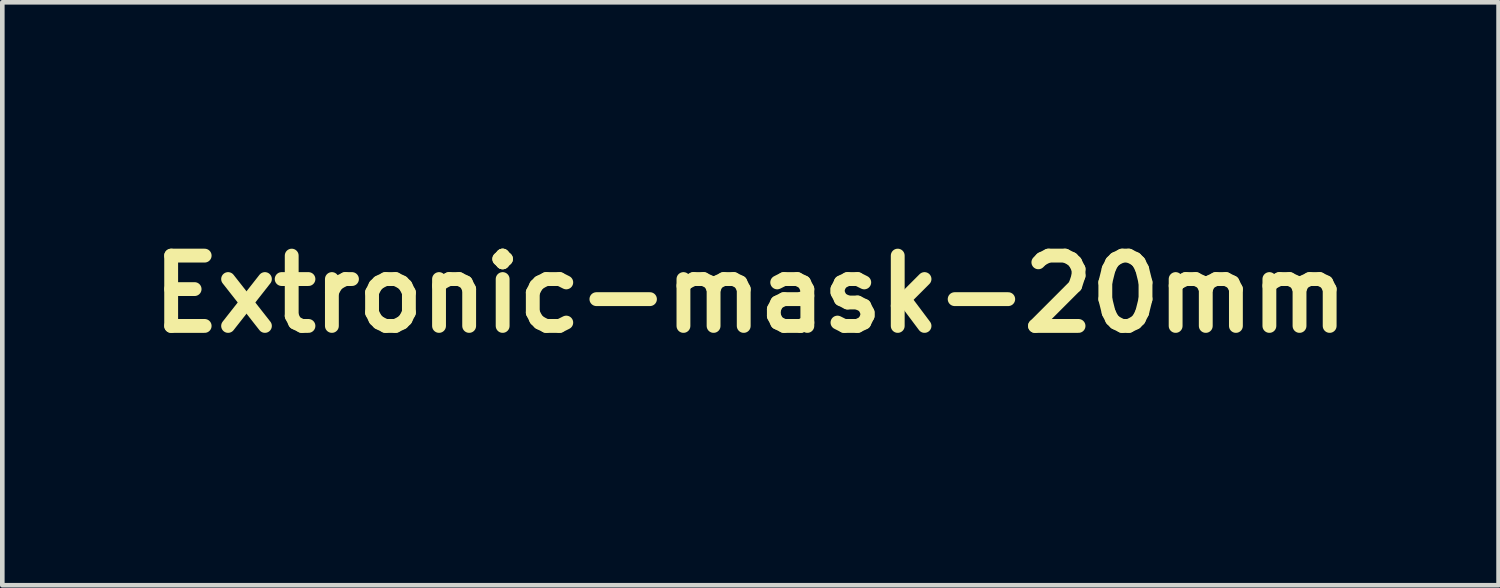
<source format=kicad_pcb>
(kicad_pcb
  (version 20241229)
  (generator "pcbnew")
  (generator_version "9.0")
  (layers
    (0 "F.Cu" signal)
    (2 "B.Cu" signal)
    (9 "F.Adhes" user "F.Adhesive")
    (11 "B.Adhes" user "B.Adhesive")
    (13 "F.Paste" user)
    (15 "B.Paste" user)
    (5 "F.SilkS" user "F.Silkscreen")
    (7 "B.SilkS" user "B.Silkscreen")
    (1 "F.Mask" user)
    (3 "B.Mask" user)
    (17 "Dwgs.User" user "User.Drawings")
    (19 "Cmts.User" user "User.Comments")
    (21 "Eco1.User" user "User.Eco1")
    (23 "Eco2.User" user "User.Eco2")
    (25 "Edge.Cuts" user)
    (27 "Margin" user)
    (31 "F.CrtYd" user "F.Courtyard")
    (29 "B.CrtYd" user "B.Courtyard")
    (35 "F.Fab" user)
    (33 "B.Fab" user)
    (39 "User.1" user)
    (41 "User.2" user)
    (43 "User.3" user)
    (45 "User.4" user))
  (footprint "Extronic-mask-20mm"
    (layer "F.Cu")
    (at 13.215 3.325)
    (property "Reference" "Extronic-mask-20mm" (at 0 0 0) (layer "F.SilkS") (effects (font (size 1.524 1.524) (thickness 0.3))))
    (attr board_only exclude_from_pos_files exclude_from_bom)
    (fp_poly (pts (xy 6.179 2.951) (xy 5.983 2.951) (xy 5.983 2.013) (xy 6.179 2.013)) (stroke (width 0) (type solid)) (fill yes) (layer "F.Mask"))
    (fp_poly (pts (xy 9.535 2.951) (xy 9.338 2.951) (xy 9.338 1.632) (xy 9.535 1.632)) (stroke (width 0) (type solid)) (fill yes) (layer "F.Mask"))
    (fp_poly (pts (xy 9.79 1.18) (xy -9.917 1.18) (xy -9.917 1.041) (xy 9.79 1.041)) (stroke (width 0) (type solid)) (fill yes) (layer "F.Mask"))
    (fp_poly (pts (xy 2.708 2.013) (xy 2.858 2.013) (xy 2.858 2.175) (xy 2.708 2.175) (xy 2.708 2.951) (xy 2.511 2.951) (xy 2.511 2.175) (xy 2.384 2.175) (xy 2.384 2.013) (xy 2.511 2.013) (xy 2.511 1.655) (xy 2.708 1.655)) (stroke (width 0) (type solid)) (fill yes) (layer "F.Mask"))
    (fp_poly (pts (xy -0.212 2.753) (xy -0.18 2.779) (xy -0.158 2.817) (xy -0.151 2.861) (xy -0.159 2.904) (xy -0.176 2.934) (xy -0.212 2.958) (xy -0.257 2.97) (xy -0.302 2.967) (xy -0.323 2.958) (xy -0.36 2.926) (xy -0.378 2.887) (xy -0.38 2.845) (xy -0.366 2.805) (xy -0.338 2.772) (xy -0.297 2.749) (xy -0.253 2.743)) (stroke (width 0) (type solid)) (fill yes) (layer "F.Mask"))
    (fp_poly (pts (xy 7.796 2.753) (xy 7.828 2.779) (xy 7.849 2.817) (xy 7.857 2.861) (xy 7.849 2.904) (xy 7.831 2.934) (xy 7.796 2.958) (xy 7.751 2.97) (xy 7.706 2.967) (xy 7.685 2.958) (xy 7.648 2.926) (xy 7.629 2.887) (xy 7.628 2.845) (xy 7.642 2.805) (xy 7.67 2.772) (xy 7.71 2.749) (xy 7.755 2.743)) (stroke (width 0) (type solid)) (fill yes) (layer "F.Mask"))
    (fp_poly (pts (xy 6.107 1.614) (xy 6.155 1.633) (xy 6.191 1.668) (xy 6.211 1.713) (xy 6.214 1.738) (xy 6.206 1.796) (xy 6.18 1.839) (xy 6.14 1.865) (xy 6.085 1.874) (xy 6.046 1.872) (xy 6.019 1.859) (xy 5.995 1.839) (xy 5.966 1.796) (xy 5.956 1.75) (xy 5.962 1.704) (xy 5.983 1.663) (xy 6.016 1.632) (xy 6.059 1.614)) (stroke (width 0) (type solid)) (fill yes) (layer "F.Mask"))
    (fp_poly (pts (xy 3.51 1.993) (xy 3.529 2.002) (xy 3.535 2.022) (xy 3.527 2.056) (xy 3.517 2.087) (xy 3.489 2.163) (xy 3.442 2.161) (xy 3.401 2.164) (xy 3.366 2.177) (xy 3.338 2.203) (xy 3.314 2.242) (xy 3.296 2.296) (xy 3.282 2.366) (xy 3.273 2.454) (xy 3.267 2.562) (xy 3.264 2.69) (xy 3.263 2.757) (xy 3.263 2.951) (xy 3.078 2.951) (xy 3.078 2.013) (xy 3.24 2.013) (xy 3.241 2.204) (xy 3.271 2.147) (xy 3.316 2.075) (xy 3.367 2.025) (xy 3.424 1.997) (xy 3.474 1.991)) (stroke (width 0) (type solid)) (fill yes) (layer "F.Mask"))
    (fp_poly (pts (xy 6.905 -1.944) (xy 6.989 -1.944) (xy 7.062 -1.943) (xy 7.122 -1.942) (xy 7.166 -1.942) (xy 7.192 -1.941) (xy 7.198 -1.94) (xy 7.194 -1.929) (xy 7.184 -1.897) (xy 7.167 -1.848) (xy 7.144 -1.781) (xy 7.117 -1.699) (xy 7.085 -1.605) (xy 7.048 -1.498) (xy 7.009 -1.382) (xy 6.967 -1.258) (xy 6.923 -1.127) (xy 6.877 -0.992) (xy 6.83 -0.853) (xy 6.782 -0.714) (xy 6.735 -0.575) (xy 6.689 -0.438) (xy 6.643 -0.306) (xy 6.6 -0.179) (xy 6.56 -0.059) (xy 6.522 0.051) (xy 6.488 0.151) (xy 6.458 0.238) (xy 6.434 0.31) (xy 6.428 0.328) (xy 6.362 0.521) (xy 5.591 0.521) (xy 5.743 0.072) (xy 5.774 -0.019) (xy 5.811 -0.129) (xy 5.854 -0.253) (xy 5.9 -0.39) (xy 5.95 -0.535) (xy 6.001 -0.686) (xy 6.053 -0.838) (xy 6.104 -0.989) (xy 6.153 -1.135) (xy 6.162 -1.16) (xy 6.428 -1.944) (xy 6.813 -1.944)) (stroke (width 0) (type solid)) (fill yes) (layer "F.Mask"))
    (fp_poly (pts (xy 5.516 2.007) (xy 5.536 2.014) (xy 5.594 2.045) (xy 5.647 2.09) (xy 5.688 2.143) (xy 5.706 2.183) (xy 5.711 2.21) (xy 5.715 2.258) (xy 5.719 2.328) (xy 5.722 2.419) (xy 5.724 2.533) (xy 5.725 2.589) (xy 5.73 2.951) (xy 5.533 2.951) (xy 5.529 2.635) (xy 5.527 2.538) (xy 5.525 2.461) (xy 5.523 2.401) (xy 5.52 2.356) (xy 5.517 2.323) (xy 5.512 2.299) (xy 5.507 2.282) (xy 5.505 2.278) (xy 5.47 2.226) (xy 5.422 2.189) (xy 5.366 2.17) (xy 5.306 2.17) (xy 5.248 2.187) (xy 5.197 2.224) (xy 5.166 2.259) (xy 5.138 2.3) (xy 5.134 2.308) (xy 5.126 2.324) (xy 5.12 2.34) (xy 5.116 2.361) (xy 5.112 2.389) (xy 5.11 2.427) (xy 5.108 2.478) (xy 5.107 2.546) (xy 5.106 2.634) (xy 5.105 2.653) (xy 5.102 2.951) (xy 4.906 2.951) (xy 4.906 2.013) (xy 5.103 2.013) (xy 5.103 2.071) (xy 5.104 2.104) (xy 5.107 2.125) (xy 5.109 2.129) (xy 5.121 2.123) (xy 5.146 2.106) (xy 5.178 2.082) (xy 5.263 2.029) (xy 5.347 1.999) (xy 5.432 1.992)) (stroke (width 0) (type solid)) (fill yes) (layer "F.Mask"))
    (fp_poly (pts (xy 7.262 -3.252) (xy 7.28 -3.227) (xy 7.307 -3.19) (xy 7.339 -3.142) (xy 7.374 -3.087) (xy 7.412 -3.03) (xy 7.449 -2.972) (xy 7.484 -2.917) (xy 7.514 -2.869) (xy 7.537 -2.831) (xy 7.551 -2.805) (xy 7.555 -2.796) (xy 7.545 -2.788) (xy 7.519 -2.768) (xy 7.479 -2.737) (xy 7.427 -2.698) (xy 7.365 -2.651) (xy 7.296 -2.599) (xy 7.25 -2.563) (xy 7.177 -2.508) (xy 7.109 -2.456) (xy 7.049 -2.411) (xy 7 -2.373) (xy 6.963 -2.345) (xy 6.94 -2.328) (xy 6.935 -2.324) (xy 6.921 -2.323) (xy 6.902 -2.343) (xy 6.893 -2.357) (xy 6.873 -2.389) (xy 6.845 -2.432) (xy 6.813 -2.483) (xy 6.779 -2.539) (xy 6.743 -2.597) (xy 6.709 -2.652) (xy 6.679 -2.702) (xy 6.654 -2.742) (xy 6.638 -2.77) (xy 6.631 -2.783) (xy 6.631 -2.783) (xy 6.639 -2.791) (xy 6.664 -2.811) (xy 6.702 -2.84) (xy 6.751 -2.878) (xy 6.807 -2.922) (xy 6.869 -2.97) (xy 6.934 -3.02) (xy 7 -3.07) (xy 7.063 -3.118) (xy 7.121 -3.162) (xy 7.172 -3.201) (xy 7.213 -3.231) (xy 7.241 -3.252) (xy 7.254 -3.261) (xy 7.254 -3.261)) (stroke (width 0) (type solid)) (fill yes) (layer "F.Mask"))
    (fp_poly (pts (xy 7.027 1.998) (xy 7.125 2.022) (xy 7.217 2.063) (xy 7.298 2.123) (xy 7.33 2.155) (xy 7.344 2.177) (xy 7.342 2.184) (xy 7.327 2.195) (xy 7.297 2.213) (xy 7.26 2.234) (xy 7.26 2.234) (xy 7.188 2.272) (xy 7.153 2.242) (xy 7.098 2.206) (xy 7.036 2.184) (xy 6.961 2.177) (xy 6.917 2.178) (xy 6.84 2.187) (xy 6.779 2.206) (xy 6.727 2.238) (xy 6.692 2.27) (xy 6.645 2.335) (xy 6.616 2.41) (xy 6.607 2.49) (xy 6.617 2.57) (xy 6.635 2.621) (xy 6.673 2.684) (xy 6.723 2.731) (xy 6.787 2.767) (xy 6.856 2.788) (xy 6.932 2.794) (xy 7.009 2.786) (xy 7.082 2.765) (xy 7.142 2.732) (xy 7.159 2.717) (xy 7.185 2.693) (xy 7.261 2.742) (xy 7.297 2.767) (xy 7.323 2.787) (xy 7.336 2.799) (xy 7.336 2.8) (xy 7.328 2.815) (xy 7.305 2.838) (xy 7.274 2.864) (xy 7.239 2.89) (xy 7.207 2.911) (xy 7.199 2.916) (xy 7.122 2.945) (xy 7.033 2.964) (xy 6.937 2.972) (xy 6.845 2.969) (xy 6.771 2.956) (xy 6.673 2.918) (xy 6.586 2.86) (xy 6.512 2.786) (xy 6.455 2.697) (xy 6.45 2.688) (xy 6.433 2.646) (xy 6.422 2.605) (xy 6.416 2.555) (xy 6.413 2.516) (xy 6.414 2.426) (xy 6.426 2.35) (xy 6.453 2.279) (xy 6.495 2.208) (xy 6.56 2.133) (xy 6.639 2.073) (xy 6.729 2.029) (xy 6.826 2.002) (xy 6.926 1.991)) (stroke (width 0) (type solid)) (fill yes) (layer "F.Mask"))
    (fp_poly (pts (xy 2.062 2.014) (xy 2.094 2.017) (xy 2.109 2.021) (xy 2.11 2.028) (xy 2.101 2.041) (xy 2.081 2.07) (xy 2.051 2.112) (xy 2.013 2.164) (xy 1.971 2.223) (xy 1.953 2.248) (xy 1.805 2.453) (xy 1.975 2.687) (xy 2.022 2.753) (xy 2.065 2.812) (xy 2.101 2.863) (xy 2.13 2.902) (xy 2.149 2.928) (xy 2.155 2.936) (xy 2.156 2.943) (xy 2.143 2.947) (xy 2.114 2.95) (xy 2.065 2.95) (xy 2.053 2.95) (xy 1.938 2.95) (xy 1.817 2.782) (xy 1.773 2.722) (xy 1.74 2.678) (xy 1.717 2.649) (xy 1.7 2.633) (xy 1.689 2.627) (xy 1.681 2.63) (xy 1.681 2.63) (xy 1.669 2.645) (xy 1.647 2.674) (xy 1.616 2.716) (xy 1.58 2.765) (xy 1.558 2.795) (xy 1.451 2.945) (xy 1.223 2.952) (xy 1.252 2.914) (xy 1.29 2.862) (xy 1.332 2.804) (xy 1.377 2.742) (xy 1.421 2.679) (xy 1.464 2.619) (xy 1.502 2.564) (xy 1.534 2.518) (xy 1.558 2.482) (xy 1.571 2.461) (xy 1.574 2.456) (xy 1.567 2.444) (xy 1.55 2.418) (xy 1.523 2.379) (xy 1.489 2.331) (xy 1.452 2.277) (xy 1.412 2.221) (xy 1.372 2.166) (xy 1.335 2.115) (xy 1.303 2.072) (xy 1.278 2.039) (xy 1.27 2.028) (xy 1.269 2.021) (xy 1.282 2.017) (xy 1.312 2.014) (xy 1.36 2.014) (xy 1.373 2.013) (xy 1.487 2.014) (xy 1.585 2.149) (xy 1.621 2.197) (xy 1.653 2.237) (xy 1.677 2.267) (xy 1.693 2.282) (xy 1.695 2.284) (xy 1.706 2.275) (xy 1.727 2.25) (xy 1.756 2.214) (xy 1.79 2.168) (xy 1.803 2.149) (xy 1.9 2.013) (xy 2.01 2.013)) (stroke (width 0) (type solid)) (fill yes) (layer "F.Mask"))
    (fp_poly (pts (xy 0.737 2.012) (xy 0.827 2.046) (xy 0.907 2.097) (xy 0.949 2.136) (xy 1.005 2.21) (xy 1.045 2.295) (xy 1.071 2.393) (xy 1.081 2.462) (xy 1.087 2.523) (xy 0.688 2.523) (xy 0.579 2.523) (xy 0.49 2.523) (xy 0.421 2.523) (xy 0.369 2.525) (xy 0.331 2.528) (xy 0.307 2.534) (xy 0.293 2.542) (xy 0.288 2.553) (xy 0.29 2.567) (xy 0.296 2.586) (xy 0.304 2.609) (xy 0.306 2.614) (xy 0.342 2.685) (xy 0.395 2.741) (xy 0.447 2.772) (xy 0.523 2.798) (xy 0.607 2.804) (xy 0.692 2.791) (xy 0.773 2.76) (xy 0.823 2.73) (xy 0.837 2.724) (xy 0.858 2.727) (xy 0.89 2.739) (xy 0.924 2.754) (xy 1.008 2.793) (xy 0.966 2.836) (xy 0.896 2.891) (xy 0.812 2.934) (xy 0.717 2.961) (xy 0.618 2.973) (xy 0.518 2.969) (xy 0.454 2.956) (xy 0.355 2.918) (xy 0.27 2.863) (xy 0.2 2.79) (xy 0.148 2.704) (xy 0.121 2.632) (xy 0.106 2.55) (xy 0.104 2.459) (xy 0.114 2.377) (xy 0.289 2.377) (xy 0.3 2.378) (xy 0.332 2.38) (xy 0.38 2.382) (xy 0.442 2.383) (xy 0.515 2.384) (xy 0.591 2.384) (xy 0.893 2.384) (xy 0.885 2.358) (xy 0.851 2.284) (xy 0.8 2.225) (xy 0.734 2.183) (xy 0.656 2.159) (xy 0.622 2.155) (xy 0.534 2.158) (xy 0.456 2.182) (xy 0.39 2.225) (xy 0.336 2.288) (xy 0.325 2.306) (xy 0.307 2.34) (xy 0.294 2.366) (xy 0.289 2.377) (xy 0.114 2.377) (xy 0.116 2.368) (xy 0.139 2.286) (xy 0.148 2.264) (xy 0.188 2.196) (xy 0.24 2.132) (xy 0.299 2.079) (xy 0.345 2.049) (xy 0.44 2.012) (xy 0.539 1.994) (xy 0.639 1.994)) (stroke (width 0) (type solid)) (fill yes) (layer "F.Mask"))
    (fp_poly (pts (xy 8.743 1.997) (xy 8.782 2.002) (xy 8.816 2.011) (xy 8.855 2.029) (xy 8.866 2.034) (xy 8.951 2.088) (xy 9.019 2.157) (xy 9.07 2.241) (xy 9.102 2.338) (xy 9.117 2.448) (xy 9.117 2.518) (xy 9.102 2.623) (xy 9.068 2.716) (xy 9.013 2.801) (xy 8.979 2.841) (xy 8.908 2.903) (xy 8.832 2.944) (xy 8.745 2.966) (xy 8.703 2.971) (xy 8.615 2.968) (xy 8.535 2.946) (xy 8.457 2.904) (xy 8.418 2.874) (xy 8.386 2.849) (xy 8.361 2.831) (xy 8.349 2.824) (xy 8.349 2.824) (xy 8.347 2.835) (xy 8.346 2.865) (xy 8.345 2.912) (xy 8.344 2.973) (xy 8.343 3.042) (xy 8.343 3.067) (xy 8.343 3.31) (xy 8.158 3.31) (xy 8.158 2.483) (xy 8.344 2.483) (xy 8.346 2.541) (xy 8.348 2.561) (xy 8.369 2.627) (xy 8.408 2.688) (xy 8.461 2.739) (xy 8.524 2.776) (xy 8.56 2.788) (xy 8.614 2.795) (xy 8.675 2.791) (xy 8.732 2.779) (xy 8.755 2.77) (xy 8.818 2.728) (xy 8.868 2.669) (xy 8.903 2.597) (xy 8.92 2.516) (xy 8.921 2.482) (xy 8.913 2.393) (xy 8.887 2.319) (xy 8.845 2.26) (xy 8.785 2.214) (xy 8.765 2.204) (xy 8.689 2.178) (xy 8.612 2.174) (xy 8.537 2.189) (xy 8.468 2.222) (xy 8.41 2.271) (xy 8.37 2.33) (xy 8.357 2.369) (xy 8.348 2.423) (xy 8.344 2.483) (xy 8.158 2.483) (xy 8.158 2.013) (xy 8.343 2.013) (xy 8.343 2.077) (xy 8.345 2.112) (xy 8.349 2.135) (xy 8.353 2.141) (xy 8.366 2.134) (xy 8.391 2.116) (xy 8.41 2.1) (xy 8.448 2.072) (xy 8.495 2.043) (xy 8.525 2.028) (xy 8.564 2.011) (xy 8.601 2.001) (xy 8.643 1.997) (xy 8.691 1.996)) (stroke (width 0) (type solid)) (fill yes) (layer "F.Mask"))
    (fp_poly (pts (xy 4.234 1.996) (xy 4.329 2.02) (xy 4.418 2.062) (xy 4.497 2.123) (xy 4.564 2.2) (xy 4.603 2.266) (xy 4.622 2.306) (xy 4.634 2.337) (xy 4.641 2.366) (xy 4.645 2.401) (xy 4.646 2.448) (xy 4.646 2.482) (xy 4.646 2.539) (xy 4.643 2.581) (xy 4.638 2.613) (xy 4.629 2.643) (xy 4.614 2.677) (xy 4.609 2.687) (xy 4.562 2.767) (xy 4.503 2.837) (xy 4.437 2.892) (xy 4.411 2.908) (xy 4.318 2.947) (xy 4.219 2.968) (xy 4.119 2.971) (xy 4.025 2.955) (xy 4.014 2.952) (xy 3.928 2.913) (xy 3.848 2.856) (xy 3.778 2.784) (xy 3.724 2.702) (xy 3.716 2.687) (xy 3.703 2.656) (xy 3.694 2.629) (xy 3.689 2.598) (xy 3.686 2.557) (xy 3.686 2.502) (xy 3.686 2.482) (xy 3.686 2.461) (xy 3.874 2.461) (xy 3.878 2.545) (xy 3.9 2.621) (xy 3.938 2.685) (xy 3.991 2.735) (xy 4.056 2.77) (xy 4.133 2.788) (xy 4.163 2.789) (xy 4.21 2.786) (xy 4.255 2.778) (xy 4.279 2.771) (xy 4.335 2.737) (xy 4.386 2.688) (xy 4.424 2.633) (xy 4.441 2.585) (xy 4.45 2.523) (xy 4.451 2.456) (xy 4.443 2.393) (xy 4.428 2.34) (xy 4.424 2.33) (xy 4.377 2.265) (xy 4.316 2.217) (xy 4.244 2.186) (xy 4.165 2.175) (xy 4.081 2.185) (xy 4.069 2.188) (xy 4.026 2.209) (xy 3.979 2.244) (xy 3.936 2.289) (xy 3.904 2.335) (xy 3.888 2.371) (xy 3.874 2.461) (xy 3.686 2.461) (xy 3.686 2.421) (xy 3.688 2.377) (xy 3.693 2.344) (xy 3.7 2.316) (xy 3.713 2.286) (xy 3.717 2.276) (xy 3.75 2.221) (xy 3.798 2.162) (xy 3.852 2.108) (xy 3.907 2.064) (xy 3.935 2.048) (xy 4.034 2.009) (xy 4.134 1.992)) (stroke (width 0) (type solid)) (fill yes) (layer "F.Mask"))
    (fp_poly (pts (xy -4.397 2.299) (xy -4.368 2.376) (xy -4.342 2.446) (xy -4.319 2.506) (xy -4.3 2.553) (xy -4.288 2.583) (xy -4.282 2.595) (xy -4.276 2.587) (xy -4.264 2.56) (xy -4.246 2.516) (xy -4.224 2.459) (xy -4.198 2.391) (xy -4.17 2.314) (xy -4.169 2.312) (xy -4.065 2.019) (xy -3.971 2.016) (xy -3.927 2.015) (xy -3.895 2.016) (xy -3.878 2.018) (xy -3.877 2.019) (xy -3.88 2.031) (xy -3.891 2.062) (xy -3.909 2.11) (xy -3.931 2.173) (xy -3.958 2.249) (xy -3.989 2.334) (xy -4.023 2.427) (xy -4.034 2.456) (xy -4.069 2.552) (xy -4.102 2.642) (xy -4.132 2.724) (xy -4.158 2.795) (xy -4.179 2.852) (xy -4.194 2.894) (xy -4.202 2.916) (xy -4.203 2.919) (xy -4.212 2.938) (xy -4.226 2.947) (xy -4.251 2.95) (xy -4.275 2.951) (xy -4.335 2.951) (xy -4.438 2.676) (xy -4.466 2.6) (xy -4.493 2.529) (xy -4.516 2.468) (xy -4.534 2.42) (xy -4.547 2.388) (xy -4.552 2.376) (xy -4.557 2.371) (xy -4.563 2.373) (xy -4.572 2.385) (xy -4.584 2.408) (xy -4.6 2.446) (xy -4.621 2.499) (xy -4.649 2.57) (xy -4.68 2.651) (xy -4.796 2.951) (xy -4.914 2.951) (xy -5.051 2.572) (xy -5.085 2.478) (xy -5.117 2.388) (xy -5.147 2.304) (xy -5.174 2.23) (xy -5.197 2.168) (xy -5.213 2.123) (xy -5.22 2.103) (xy -5.253 2.013) (xy -5.063 2.014) (xy -4.959 2.309) (xy -4.931 2.386) (xy -4.906 2.457) (xy -4.884 2.516) (xy -4.866 2.562) (xy -4.854 2.592) (xy -4.848 2.604) (xy -4.848 2.604) (xy -4.842 2.593) (xy -4.83 2.564) (xy -4.811 2.519) (xy -4.788 2.46) (xy -4.761 2.391) (xy -4.732 2.314) (xy -4.731 2.311) (xy -4.62 2.019) (xy -4.563 2.016) (xy -4.505 2.012)) (stroke (width 0) (type solid)) (fill yes) (layer "F.Mask"))
    (fp_poly (pts (xy -2.777 2.299) (xy -2.748 2.376) (xy -2.722 2.446) (xy -2.699 2.506) (xy -2.68 2.553) (xy -2.667 2.583) (xy -2.662 2.595) (xy -2.656 2.587) (xy -2.644 2.56) (xy -2.626 2.516) (xy -2.604 2.459) (xy -2.578 2.391) (xy -2.55 2.314) (xy -2.549 2.312) (xy -2.445 2.019) (xy -2.351 2.016) (xy -2.307 2.015) (xy -2.274 2.016) (xy -2.258 2.018) (xy -2.256 2.019) (xy -2.26 2.031) (xy -2.271 2.062) (xy -2.289 2.11) (xy -2.311 2.173) (xy -2.338 2.249) (xy -2.369 2.334) (xy -2.403 2.427) (xy -2.414 2.456) (xy -2.449 2.552) (xy -2.482 2.642) (xy -2.512 2.724) (xy -2.538 2.795) (xy -2.559 2.852) (xy -2.574 2.894) (xy -2.582 2.916) (xy -2.583 2.919) (xy -2.592 2.938) (xy -2.606 2.947) (xy -2.631 2.95) (xy -2.655 2.951) (xy -2.715 2.951) (xy -2.818 2.676) (xy -2.846 2.6) (xy -2.873 2.529) (xy -2.896 2.468) (xy -2.914 2.42) (xy -2.927 2.388) (xy -2.932 2.376) (xy -2.937 2.371) (xy -2.943 2.373) (xy -2.952 2.385) (xy -2.964 2.408) (xy -2.98 2.446) (xy -3.001 2.499) (xy -3.029 2.57) (xy -3.06 2.651) (xy -3.176 2.951) (xy -3.294 2.951) (xy -3.431 2.572) (xy -3.464 2.478) (xy -3.497 2.388) (xy -3.527 2.304) (xy -3.554 2.23) (xy -3.577 2.168) (xy -3.593 2.123) (xy -3.6 2.103) (xy -3.633 2.013) (xy -3.443 2.014) (xy -3.339 2.309) (xy -3.311 2.386) (xy -3.286 2.457) (xy -3.264 2.516) (xy -3.246 2.562) (xy -3.234 2.592) (xy -3.228 2.604) (xy -3.228 2.604) (xy -3.222 2.593) (xy -3.21 2.564) (xy -3.191 2.519) (xy -3.168 2.46) (xy -3.141 2.391) (xy -3.112 2.314) (xy -3.111 2.311) (xy -3 2.019) (xy -2.943 2.016) (xy -2.885 2.012)) (stroke (width 0) (type solid)) (fill yes) (layer "F.Mask"))
    (fp_poly (pts (xy -1.157 2.299) (xy -1.128 2.376) (xy -1.102 2.446) (xy -1.079 2.506) (xy -1.06 2.553) (xy -1.047 2.583) (xy -1.042 2.595) (xy -1.036 2.587) (xy -1.024 2.56) (xy -1.006 2.516) (xy -0.984 2.459) (xy -0.958 2.391) (xy -0.93 2.314) (xy -0.929 2.312) (xy -0.825 2.019) (xy -0.731 2.016) (xy -0.687 2.015) (xy -0.654 2.016) (xy -0.638 2.018) (xy -0.636 2.019) (xy -0.64 2.031) (xy -0.651 2.062) (xy -0.668 2.11) (xy -0.691 2.173) (xy -0.718 2.249) (xy -0.749 2.334) (xy -0.783 2.427) (xy -0.794 2.456) (xy -0.829 2.552) (xy -0.862 2.642) (xy -0.892 2.724) (xy -0.918 2.795) (xy -0.938 2.852) (xy -0.954 2.894) (xy -0.962 2.916) (xy -0.963 2.919) (xy -0.972 2.938) (xy -0.986 2.947) (xy -1.011 2.95) (xy -1.035 2.951) (xy -1.095 2.951) (xy -1.198 2.676) (xy -1.226 2.6) (xy -1.253 2.529) (xy -1.276 2.468) (xy -1.294 2.42) (xy -1.307 2.388) (xy -1.312 2.376) (xy -1.317 2.371) (xy -1.323 2.373) (xy -1.332 2.385) (xy -1.343 2.408) (xy -1.36 2.446) (xy -1.381 2.499) (xy -1.409 2.57) (xy -1.44 2.651) (xy -1.556 2.951) (xy -1.674 2.951) (xy -1.811 2.572) (xy -1.844 2.478) (xy -1.877 2.388) (xy -1.907 2.304) (xy -1.934 2.23) (xy -1.957 2.168) (xy -1.973 2.123) (xy -1.98 2.103) (xy -2.013 2.013) (xy -1.823 2.014) (xy -1.719 2.309) (xy -1.691 2.386) (xy -1.666 2.457) (xy -1.644 2.516) (xy -1.626 2.562) (xy -1.614 2.592) (xy -1.608 2.604) (xy -1.608 2.604) (xy -1.602 2.593) (xy -1.59 2.564) (xy -1.571 2.519) (xy -1.548 2.46) (xy -1.521 2.391) (xy -1.492 2.314) (xy -1.491 2.311) (xy -1.38 2.019) (xy -1.323 2.016) (xy -1.265 2.012)) (stroke (width 0) (type solid)) (fill yes) (layer "F.Mask"))
    (fp_poly (pts (xy 0.14 -1.988) (xy 0.216 -1.985) (xy 0.064 -1.658) (xy 0.027 -1.577) (xy -0.008 -1.503) (xy -0.038 -1.439) (xy -0.063 -1.386) (xy -0.082 -1.348) (xy -0.093 -1.328) (xy -0.094 -1.325) (xy -0.108 -1.324) (xy -0.14 -1.328) (xy -0.184 -1.335) (xy -0.228 -1.343) (xy -0.322 -1.359) (xy -0.413 -1.367) (xy -0.495 -1.368) (xy -0.563 -1.36) (xy -0.599 -1.35) (xy -0.632 -1.335) (xy -0.675 -1.311) (xy -0.73 -1.275) (xy -0.799 -1.227) (xy -0.801 -1.226) (xy -0.806 -1.214) (xy -0.817 -1.183) (xy -0.835 -1.134) (xy -0.858 -1.069) (xy -0.885 -0.99) (xy -0.917 -0.9) (xy -0.951 -0.799) (xy -0.989 -0.691) (xy -1.028 -0.577) (xy -1.069 -0.459) (xy -1.11 -0.339) (xy -1.151 -0.22) (xy -1.191 -0.103) (xy -1.23 0.01) (xy -1.266 0.116) (xy -1.299 0.215) (xy -1.329 0.303) (xy -1.355 0.378) (xy -1.375 0.439) (xy -1.39 0.484) (xy -1.398 0.511) (xy -1.4 0.517) (xy -1.411 0.518) (xy -1.443 0.519) (xy -1.492 0.519) (xy -1.557 0.52) (xy -1.634 0.52) (xy -1.72 0.521) (xy -1.787 0.521) (xy -2.174 0.521) (xy -2.021 0.072) (xy -1.99 -0.019) (xy -1.953 -0.129) (xy -1.911 -0.253) (xy -1.864 -0.39) (xy -1.815 -0.535) (xy -1.764 -0.686) (xy -1.712 -0.838) (xy -1.661 -0.989) (xy -1.611 -1.135) (xy -1.603 -1.16) (xy -1.337 -1.944) (xy -0.64 -1.944) (xy -0.667 -1.803) (xy -0.677 -1.749) (xy -0.684 -1.703) (xy -0.688 -1.671) (xy -0.688 -1.657) (xy -0.688 -1.656) (xy -0.677 -1.66) (xy -0.656 -1.677) (xy -0.633 -1.697) (xy -0.597 -1.73) (xy -0.551 -1.769) (xy -0.5 -1.81) (xy -0.451 -1.848) (xy -0.409 -1.878) (xy -0.391 -1.89) (xy -0.337 -1.916) (xy -0.264 -1.94) (xy -0.179 -1.96) (xy -0.087 -1.976) (xy 0.006 -1.986) (xy 0.097 -1.989)) (stroke (width 0) (type solid)) (fill yes) (layer "F.Mask"))
    (fp_poly (pts (xy 5.155 -1.982) (xy 5.258 -1.956) (xy 5.347 -1.915) (xy 5.42 -1.86) (xy 5.478 -1.79) (xy 5.509 -1.727) (xy 5.525 -1.667) (xy 5.534 -1.592) (xy 5.536 -1.51) (xy 5.53 -1.429) (xy 5.516 -1.358) (xy 5.51 -1.339) (xy 5.497 -1.3) (xy 5.479 -1.244) (xy 5.455 -1.172) (xy 5.426 -1.086) (xy 5.393 -0.988) (xy 5.357 -0.881) (xy 5.319 -0.766) (xy 5.278 -0.646) (xy 5.236 -0.522) (xy 5.194 -0.396) (xy 5.152 -0.271) (xy 5.111 -0.149) (xy 5.071 -0.032) (xy 5.033 0.079) (xy 4.998 0.181) (xy 4.967 0.273) (xy 4.94 0.351) (xy 4.918 0.415) (xy 4.902 0.462) (xy 4.895 0.483) (xy 4.881 0.521) (xy 4.112 0.521) (xy 4.221 0.2) (xy 4.293 -0.012) (xy 4.358 -0.203) (xy 4.416 -0.374) (xy 4.467 -0.527) (xy 4.513 -0.662) (xy 4.553 -0.781) (xy 4.587 -0.885) (xy 4.617 -0.975) (xy 4.642 -1.052) (xy 4.662 -1.118) (xy 4.678 -1.173) (xy 4.691 -1.218) (xy 4.701 -1.256) (xy 4.707 -1.286) (xy 4.711 -1.31) (xy 4.712 -1.329) (xy 4.712 -1.345) (xy 4.709 -1.358) (xy 4.706 -1.369) (xy 4.701 -1.381) (xy 4.698 -1.388) (xy 4.669 -1.43) (xy 4.623 -1.457) (xy 4.56 -1.471) (xy 4.483 -1.47) (xy 4.391 -1.455) (xy 4.286 -1.426) (xy 4.169 -1.383) (xy 4.073 -1.341) (xy 3.998 -1.307) (xy 3.802 -0.731) (xy 3.76 -0.607) (xy 3.716 -0.476) (xy 3.671 -0.345) (xy 3.627 -0.216) (xy 3.586 -0.094) (xy 3.548 0.017) (xy 3.515 0.114) (xy 3.492 0.182) (xy 3.376 0.521) (xy 2.605 0.521) (xy 2.758 0.072) (xy 2.789 -0.019) (xy 2.826 -0.129) (xy 2.868 -0.253) (xy 2.915 -0.39) (xy 2.964 -0.535) (xy 3.015 -0.686) (xy 3.067 -0.838) (xy 3.118 -0.989) (xy 3.168 -1.135) (xy 3.176 -1.16) (xy 3.443 -1.944) (xy 4.134 -1.944) (xy 4.127 -1.909) (xy 4.123 -1.881) (xy 4.118 -1.838) (xy 4.113 -1.789) (xy 4.112 -1.782) (xy 4.105 -1.69) (xy 4.23 -1.749) (xy 4.394 -1.822) (xy 4.55 -1.882) (xy 4.695 -1.93) (xy 4.829 -1.964) (xy 4.949 -1.985) (xy 5.041 -1.99)) (stroke (width 0) (type solid)) (fill yes) (layer "F.Mask"))
    (fp_poly (pts (xy 9.27 -1.98) (xy 9.496 -1.949) (xy 9.5 -1.948) (xy 9.548 -1.939) (xy 9.6 -1.929) (xy 9.652 -1.917) (xy 9.698 -1.907) (xy 9.732 -1.898) (xy 9.751 -1.893) (xy 9.752 -1.892) (xy 9.748 -1.882) (xy 9.733 -1.855) (xy 9.711 -1.814) (xy 9.682 -1.763) (xy 9.649 -1.704) (xy 9.614 -1.642) (xy 9.577 -1.578) (xy 9.542 -1.516) (xy 9.509 -1.46) (xy 9.482 -1.412) (xy 9.46 -1.376) (xy 9.447 -1.355) (xy 9.444 -1.351) (xy 9.431 -1.352) (xy 9.4 -1.36) (xy 9.357 -1.374) (xy 9.304 -1.394) (xy 9.29 -1.399) (xy 9.196 -1.435) (xy 9.118 -1.463) (xy 9.051 -1.484) (xy 8.991 -1.499) (xy 8.934 -1.51) (xy 8.882 -1.516) (xy 8.752 -1.521) (xy 8.621 -1.506) (xy 8.562 -1.492) (xy 8.51 -1.468) (xy 8.455 -1.423) (xy 8.399 -1.36) (xy 8.343 -1.281) (xy 8.29 -1.189) (xy 8.283 -1.175) (xy 8.245 -1.094) (xy 8.205 -0.998) (xy 8.163 -0.892) (xy 8.123 -0.78) (xy 8.085 -0.669) (xy 8.052 -0.563) (xy 8.025 -0.468) (xy 8.008 -0.394) (xy 7.99 -0.286) (xy 7.984 -0.196) (xy 7.991 -0.121) (xy 8.011 -0.058) (xy 8.044 -0.007) (xy 8.05 0.000174) (xy 8.078 0.028) (xy 8.109 0.049) (xy 8.145 0.062) (xy 8.192 0.07) (xy 8.254 0.073) (xy 8.326 0.074) (xy 8.482 0.065) (xy 8.652 0.042) (xy 8.837 0.006) (xy 8.934 -0.018) (xy 8.992 -0.032) (xy 9.041 -0.044) (xy 9.078 -0.053) (xy 9.098 -0.057) (xy 9.101 -0.058) (xy 9.103 -0.047) (xy 9.106 -0.018) (xy 9.107 0.024) (xy 9.107 0.051) (xy 9.107 0.16) (xy 9.018 0.215) (xy 8.828 0.323) (xy 8.634 0.413) (xy 8.438 0.484) (xy 8.245 0.535) (xy 8.164 0.55) (xy 8.101 0.557) (xy 8.025 0.562) (xy 7.942 0.565) (xy 7.86 0.565) (xy 7.785 0.562) (xy 7.724 0.556) (xy 7.713 0.555) (xy 7.642 0.539) (xy 7.567 0.516) (xy 7.495 0.489) (xy 7.433 0.459) (xy 7.403 0.441) (xy 7.339 0.385) (xy 7.28 0.314) (xy 7.232 0.234) (xy 7.208 0.178) (xy 7.197 0.145) (xy 7.19 0.113) (xy 7.185 0.079) (xy 7.182 0.037) (xy 7.181 -0.019) (xy 7.18 -0.087) (xy 7.181 -0.173) (xy 7.184 -0.242) (xy 7.19 -0.298) (xy 7.198 -0.348) (xy 7.202 -0.365) (xy 7.264 -0.589) (xy 7.342 -0.801) (xy 7.436 -0.998) (xy 7.543 -1.179) (xy 7.646 -1.32) (xy 7.785 -1.475) (xy 7.935 -1.609) (xy 8.096 -1.724) (xy 8.267 -1.818) (xy 8.449 -1.892) (xy 8.64 -1.945) (xy 8.841 -1.977) (xy 9.051 -1.989)) (stroke (width 0) (type solid)) (fill yes) (layer "F.Mask"))
    (fp_poly (pts (xy 1.769 -1.983) (xy 1.836 -1.982) (xy 1.889 -1.979) (xy 1.934 -1.975) (xy 1.976 -1.969) (xy 2.018 -1.96) (xy 2.025 -1.958) (xy 2.157 -1.918) (xy 2.272 -1.863) (xy 2.369 -1.794) (xy 2.448 -1.709) (xy 2.509 -1.61) (xy 2.552 -1.497) (xy 2.564 -1.446) (xy 2.579 -1.333) (xy 2.578 -1.206) (xy 2.563 -1.067) (xy 2.533 -0.92) (xy 2.49 -0.767) (xy 2.434 -0.611) (xy 2.366 -0.455) (xy 2.361 -0.446) (xy 2.259 -0.258) (xy 2.142 -0.089) (xy 2.012 0.062) (xy 1.868 0.194) (xy 1.711 0.307) (xy 1.541 0.402) (xy 1.359 0.477) (xy 1.18 0.528) (xy 1.132 0.539) (xy 1.086 0.547) (xy 1.038 0.553) (xy 0.983 0.557) (xy 0.914 0.559) (xy 0.833 0.561) (xy 0.761 0.562) (xy 0.696 0.563) (xy 0.641 0.563) (xy 0.601 0.562) (xy 0.579 0.56) (xy 0.579 0.56) (xy 0.449 0.534) (xy 0.34 0.504) (xy 0.247 0.467) (xy 0.168 0.422) (xy 0.099 0.369) (xy 0.052 0.321) (xy -0.015 0.23) (xy -0.065 0.126) (xy -0.088 0.049) (xy -0.098 -0.017) (xy -0.103 -0.099) (xy -0.102 -0.188) (xy 0.675 -0.188) (xy 0.678 -0.091) (xy 0.696 -0.012) (xy 0.73 0.051) (xy 0.78 0.098) (xy 0.846 0.128) (xy 0.929 0.142) (xy 1.029 0.141) (xy 1.146 0.124) (xy 1.163 0.121) (xy 1.21 0.109) (xy 1.254 0.094) (xy 1.282 0.081) (xy 1.317 0.05) (xy 1.358 -0.001) (xy 1.402 -0.07) (xy 1.449 -0.156) (xy 1.498 -0.255) (xy 1.548 -0.367) (xy 1.597 -0.489) (xy 1.646 -0.619) (xy 1.692 -0.755) (xy 1.693 -0.758) (xy 1.736 -0.902) (xy 1.767 -1.033) (xy 1.787 -1.151) (xy 1.794 -1.254) (xy 1.79 -1.341) (xy 1.776 -1.402) (xy 1.742 -1.464) (xy 1.692 -1.515) (xy 1.635 -1.546) (xy 1.589 -1.557) (xy 1.527 -1.561) (xy 1.456 -1.559) (xy 1.382 -1.552) (xy 1.31 -1.539) (xy 1.267 -1.527) (xy 1.22 -1.51) (xy 1.181 -1.488) (xy 1.145 -1.459) (xy 1.112 -1.42) (xy 1.077 -1.367) (xy 1.039 -1.299) (xy 1.001 -1.223) (xy 0.941 -1.091) (xy 0.882 -0.95) (xy 0.828 -0.804) (xy 0.779 -0.66) (xy 0.738 -0.521) (xy 0.706 -0.393) (xy 0.688 -0.301) (xy 0.675 -0.188) (xy -0.102 -0.188) (xy -0.102 -0.191) (xy -0.096 -0.287) (xy -0.085 -0.38) (xy -0.069 -0.465) (xy -0.065 -0.48) (xy -0.000474 -0.699) (xy 0.08 -0.904) (xy 0.175 -1.093) (xy 0.285 -1.266) (xy 0.408 -1.422) (xy 0.545 -1.561) (xy 0.694 -1.682) (xy 0.855 -1.783) (xy 1.027 -1.866) (xy 1.127 -1.902) (xy 1.218 -1.931) (xy 1.301 -1.952) (xy 1.382 -1.967) (xy 1.467 -1.977) (xy 1.562 -1.982) (xy 1.674 -1.984) (xy 1.684 -1.984)) (stroke (width 0) (type solid)) (fill yes) (layer "F.Mask"))
    (fp_poly (pts (xy -2.467 -2.358) (xy -2.351 -2.355) (xy -2.408 -2.181) (xy -2.428 -2.119) (xy -2.445 -2.063) (xy -2.46 -2.016) (xy -2.469 -1.985) (xy -2.471 -1.976) (xy -2.478 -1.944) (xy -2.124 -1.944) (xy -2.037 -1.944) (xy -1.957 -1.943) (xy -1.887 -1.943) (xy -1.832 -1.942) (xy -1.793 -1.941) (xy -1.773 -1.939) (xy -1.77 -1.939) (xy -1.775 -1.925) (xy -1.787 -1.894) (xy -1.805 -1.852) (xy -1.827 -1.802) (xy -1.85 -1.75) (xy -1.873 -1.698) (xy -1.894 -1.653) (xy -1.911 -1.619) (xy -1.922 -1.599) (xy -1.924 -1.596) (xy -1.943 -1.589) (xy -1.984 -1.582) (xy -2.045 -1.573) (xy -2.124 -1.564) (xy -2.218 -1.554) (xy -2.327 -1.544) (xy -2.37 -1.54) (xy -2.443 -1.533) (xy -2.508 -1.527) (xy -2.561 -1.522) (xy -2.599 -1.518) (xy -2.619 -1.515) (xy -2.621 -1.514) (xy -2.626 -1.502) (xy -2.638 -1.47) (xy -2.655 -1.421) (xy -2.677 -1.357) (xy -2.704 -1.28) (xy -2.734 -1.192) (xy -2.766 -1.097) (xy -2.801 -0.996) (xy -2.836 -0.891) (xy -2.872 -0.785) (xy -2.907 -0.68) (xy -2.941 -0.579) (xy -2.973 -0.483) (xy -3.002 -0.396) (xy -3.027 -0.319) (xy -3.048 -0.254) (xy -3.064 -0.205) (xy -3.074 -0.173) (xy -3.077 -0.162) (xy -3.086 -0.114) (xy -3.088 -0.081) (xy -3.082 -0.057) (xy -3.067 -0.033) (xy -3.06 -0.025) (xy -3.044 -0.009) (xy -3.024 0.004) (xy -2.998 0.013) (xy -2.964 0.018) (xy -2.919 0.019) (xy -2.862 0.017) (xy -2.789 0.012) (xy -2.698 0.004) (xy -2.588 -0.008) (xy -2.543 -0.014) (xy -2.492 -0.019) (xy -2.45 -0.022) (xy -2.421 -0.022) (xy -2.412 -0.02) (xy -2.412 -0.007) (xy -2.419 0.023) (xy -2.432 0.066) (xy -2.447 0.114) (xy -2.489 0.24) (xy -2.653 0.315) (xy -2.859 0.403) (xy -3.055 0.472) (xy -3.243 0.523) (xy -3.372 0.549) (xy -3.447 0.559) (xy -3.53 0.564) (xy -3.613 0.565) (xy -3.69 0.562) (xy -3.754 0.554) (xy -3.769 0.55) (xy -3.845 0.522) (xy -3.903 0.479) (xy -3.944 0.422) (xy -3.966 0.351) (xy -3.971 0.267) (xy -3.957 0.17) (xy -3.952 0.15) (xy -3.945 0.128) (xy -3.932 0.087) (xy -3.912 0.027) (xy -3.887 -0.05) (xy -3.857 -0.14) (xy -3.822 -0.243) (xy -3.784 -0.356) (xy -3.743 -0.477) (xy -3.7 -0.606) (xy -3.662 -0.718) (xy -3.617 -0.848) (xy -3.576 -0.973) (xy -3.537 -1.089) (xy -3.502 -1.195) (xy -3.471 -1.289) (xy -3.445 -1.371) (xy -3.424 -1.437) (xy -3.409 -1.486) (xy -3.4 -1.517) (xy -3.398 -1.528) (xy -3.413 -1.535) (xy -3.444 -1.548) (xy -3.485 -1.565) (xy -3.509 -1.574) (xy -3.557 -1.592) (xy -3.587 -1.606) (xy -3.601 -1.617) (xy -3.605 -1.628) (xy -3.604 -1.634) (xy -3.597 -1.656) (xy -3.585 -1.692) (xy -3.571 -1.734) (xy -3.545 -1.811) (xy -3.063 -2.086) (xy -2.582 -2.361)) (stroke (width 0) (type solid)) (fill yes) (layer "F.Mask"))
    (fp_poly (pts (xy -8.032 -1.988) (xy -7.982 -1.985) (xy -7.933 -1.978) (xy -7.89 -1.97) (xy -7.768 -1.935) (xy -7.664 -1.887) (xy -7.577 -1.824) (xy -7.506 -1.745) (xy -7.451 -1.65) (xy -7.41 -1.537) (xy -7.406 -1.52) (xy -7.394 -1.462) (xy -7.387 -1.391) (xy -7.383 -1.312) (xy -7.382 -1.23) (xy -7.384 -1.148) (xy -7.39 -1.072) (xy -7.398 -1.005) (xy -7.409 -0.953) (xy -7.423 -0.919) (xy -7.423 -0.919) (xy -7.446 -0.894) (xy -7.484 -0.865) (xy -7.532 -0.833) (xy -7.584 -0.804) (xy -7.634 -0.78) (xy -7.646 -0.775) (xy -7.709 -0.755) (xy -7.787 -0.734) (xy -7.874 -0.714) (xy -7.964 -0.697) (xy -8.049 -0.684) (xy -8.065 -0.682) (xy -8.103 -0.678) (xy -8.16 -0.673) (xy -8.234 -0.666) (xy -8.32 -0.659) (xy -8.414 -0.651) (xy -8.513 -0.644) (xy -8.586 -0.638) (xy -8.997 -0.608) (xy -9.025 -0.515) (xy -9.043 -0.436) (xy -9.053 -0.353) (xy -9.054 -0.274) (xy -9.046 -0.204) (xy -9.03 -0.15) (xy -8.987 -0.082) (xy -8.928 -0.026) (xy -8.876 0.005) (xy -8.853 0.014) (xy -8.829 0.021) (xy -8.799 0.025) (xy -8.759 0.027) (xy -8.705 0.028) (xy -8.644 0.028) (xy -8.588 0.028) (xy -8.537 0.026) (xy -8.489 0.023) (xy -8.441 0.018) (xy -8.391 0.01) (xy -8.335 -0.001) (xy -8.272 -0.015) (xy -8.199 -0.034) (xy -8.114 -0.057) (xy -8.013 -0.086) (xy -7.895 -0.12) (xy -7.791 -0.151) (xy -7.718 -0.172) (xy -7.718 0.053) (xy -7.843 0.127) (xy -8.037 0.237) (xy -8.232 0.333) (xy -8.426 0.414) (xy -8.615 0.479) (xy -8.796 0.527) (xy -8.91 0.549) (xy -8.985 0.558) (xy -9.072 0.564) (xy -9.163 0.565) (xy -9.251 0.563) (xy -9.329 0.558) (xy -9.386 0.55) (xy -9.463 0.53) (xy -9.543 0.502) (xy -9.616 0.469) (xy -9.672 0.437) (xy -9.705 0.409) (xy -9.742 0.371) (xy -9.772 0.334) (xy -9.826 0.243) (xy -9.862 0.136) (xy -9.881 0.016) (xy -9.884 -0.118) (xy -9.87 -0.265) (xy -9.839 -0.423) (xy -9.792 -0.593) (xy -9.728 -0.772) (xy -9.701 -0.839) (xy -9.615 -1.022) (xy -8.844 -1.022) (xy -8.844 -1.006) (xy -8.834 -0.998) (xy -8.817 -0.996) (xy -8.79 -0.996) (xy -8.775 -0.996) (xy -8.739 -0.997) (xy -8.685 -0.999) (xy -8.618 -1.002) (xy -8.542 -1.006) (xy -8.463 -1.01) (xy -8.447 -1.011) (xy -8.199 -1.024) (xy -8.185 -1.151) (xy -8.178 -1.261) (xy -8.183 -1.356) (xy -8.198 -1.434) (xy -8.223 -1.494) (xy -8.259 -1.535) (xy -8.276 -1.546) (xy -8.32 -1.559) (xy -8.378 -1.561) (xy -8.44 -1.554) (xy -8.499 -1.537) (xy -8.523 -1.527) (xy -8.556 -1.507) (xy -8.588 -1.481) (xy -8.619 -1.445) (xy -8.653 -1.396) (xy -8.69 -1.333) (xy -8.733 -1.253) (xy -8.753 -1.215) (xy -8.79 -1.142) (xy -8.818 -1.087) (xy -8.835 -1.048) (xy -8.844 -1.022) (xy -9.615 -1.022) (xy -9.606 -1.04) (xy -9.499 -1.223) (xy -9.379 -1.387) (xy -9.247 -1.532) (xy -9.104 -1.657) (xy -8.949 -1.763) (xy -8.783 -1.849) (xy -8.606 -1.914) (xy -8.418 -1.959) (xy -8.221 -1.983) (xy -8.164 -1.986) (xy -8.09 -1.989)) (stroke (width 0) (type solid)) (fill yes) (layer "F.Mask"))
    (fp_poly (pts (xy -5.562 -3.324) (xy -5.536 -3.316) (xy -5.518 -3.299) (xy -5.503 -3.267) (xy -5.498 -3.252) (xy -5.493 -3.233) (xy -5.483 -3.194) (xy -5.47 -3.137) (xy -5.453 -3.063) (xy -5.433 -2.976) (xy -5.411 -2.877) (xy -5.387 -2.769) (xy -5.362 -2.654) (xy -5.345 -2.581) (xy -5.319 -2.463) (xy -5.295 -2.351) (xy -5.272 -2.249) (xy -5.251 -2.156) (xy -5.233 -2.077) (xy -5.218 -2.013) (xy -5.207 -1.965) (xy -5.2 -1.937) (xy -5.198 -1.93) (xy -5.193 -1.929) (xy -5.182 -1.937) (xy -5.163 -1.953) (xy -5.135 -1.979) (xy -5.098 -2.015) (xy -5.05 -2.064) (xy -4.991 -2.124) (xy -4.92 -2.199) (xy -4.836 -2.287) (xy -4.738 -2.391) (xy -4.644 -2.491) (xy -4.55 -2.591) (xy -4.46 -2.687) (xy -4.374 -2.778) (xy -4.294 -2.863) (xy -4.222 -2.939) (xy -4.159 -3.006) (xy -4.106 -3.061) (xy -4.066 -3.104) (xy -4.039 -3.132) (xy -4.031 -3.14) (xy -3.99 -3.178) (xy -3.951 -3.209) (xy -3.909 -3.232) (xy -3.86 -3.25) (xy -3.801 -3.264) (xy -3.727 -3.275) (xy -3.635 -3.285) (xy -3.614 -3.287) (xy -3.539 -3.293) (xy -3.485 -3.294) (xy -3.448 -3.291) (xy -3.425 -3.282) (xy -3.415 -3.268) (xy -3.414 -3.257) (xy -3.417 -3.228) (xy -3.421 -3.212) (xy -3.43 -3.202) (xy -3.455 -3.176) (xy -3.494 -3.137) (xy -3.546 -3.085) (xy -3.611 -3.022) (xy -3.686 -2.948) (xy -3.771 -2.864) (xy -3.865 -2.773) (xy -3.967 -2.674) (xy -4.075 -2.569) (xy -4.189 -2.459) (xy -4.251 -2.399) (xy -4.367 -2.287) (xy -4.478 -2.18) (xy -4.583 -2.078) (xy -4.681 -1.983) (xy -4.771 -1.895) (xy -4.852 -1.817) (xy -4.923 -1.748) (xy -4.982 -1.691) (xy -5.028 -1.645) (xy -5.061 -1.613) (xy -5.078 -1.595) (xy -5.081 -1.592) (xy -5.079 -1.579) (xy -5.072 -1.546) (xy -5.06 -1.493) (xy -5.043 -1.423) (xy -5.022 -1.336) (xy -4.997 -1.236) (xy -4.969 -1.123) (xy -4.937 -0.999) (xy -4.903 -0.865) (xy -4.867 -0.724) (xy -4.834 -0.594) (xy -4.784 -0.401) (xy -4.741 -0.23) (xy -4.703 -0.081) (xy -4.67 0.048) (xy -4.644 0.157) (xy -4.622 0.247) (xy -4.606 0.318) (xy -4.595 0.37) (xy -4.589 0.404) (xy -4.587 0.422) (xy -4.587 0.423) (xy -4.609 0.465) (xy -4.648 0.499) (xy -4.694 0.519) (xy -4.736 0.528) (xy -4.793 0.536) (xy -4.86 0.544) (xy -4.934 0.551) (xy -5.01 0.556) (xy -5.084 0.56) (xy -5.153 0.563) (xy -5.212 0.563) (xy -5.258 0.562) (xy -5.286 0.558) (xy -5.291 0.556) (xy -5.314 0.534) (xy -5.322 0.522) (xy -5.327 0.508) (xy -5.336 0.472) (xy -5.349 0.418) (xy -5.366 0.348) (xy -5.386 0.262) (xy -5.409 0.163) (xy -5.435 0.053) (xy -5.462 -0.067) (xy -5.491 -0.194) (xy -5.508 -0.267) (xy -5.538 -0.397) (xy -5.566 -0.521) (xy -5.592 -0.637) (xy -5.617 -0.742) (xy -5.638 -0.836) (xy -5.657 -0.915) (xy -5.672 -0.979) (xy -5.683 -1.025) (xy -5.69 -1.052) (xy -5.691 -1.057) (xy -5.695 -1.059) (xy -5.704 -1.054) (xy -5.719 -1.042) (xy -5.741 -1.022) (xy -5.771 -0.993) (xy -5.81 -0.955) (xy -5.858 -0.906) (xy -5.916 -0.845) (xy -5.986 -0.772) (xy -6.069 -0.685) (xy -6.164 -0.585) (xy -6.274 -0.468) (xy -6.384 -0.351) (xy -6.488 -0.241) (xy -6.588 -0.134) (xy -6.684 -0.033) (xy -6.773 0.062) (xy -6.855 0.148) (xy -6.928 0.226) (xy -6.991 0.292) (xy -7.043 0.347) (xy -7.083 0.388) (xy -7.109 0.415) (xy -7.118 0.425) (xy -7.156 0.457) (xy -7.199 0.485) (xy -7.222 0.497) (xy -7.282 0.517) (xy -7.358 0.534) (xy -7.444 0.546) (xy -7.532 0.553) (xy -7.599 0.553) (xy -7.656 0.55) (xy -7.694 0.545) (xy -7.714 0.534) (xy -7.72 0.517) (xy -7.713 0.491) (xy -7.707 0.476) (xy -7.698 0.464) (xy -7.672 0.437) (xy -7.632 0.396) (xy -7.579 0.341) (xy -7.513 0.275) (xy -7.436 0.199) (xy -7.349 0.112) (xy -7.253 0.017) (xy -7.148 -0.086) (xy -7.037 -0.196) (xy -6.919 -0.311) (xy -6.797 -0.431) (xy -6.752 -0.475) (xy -6.628 -0.596) (xy -6.509 -0.712) (xy -6.396 -0.823) (xy -6.29 -0.928) (xy -6.191 -1.025) (xy -6.102 -1.114) (xy -6.022 -1.193) (xy -5.954 -1.262) (xy -5.897 -1.319) (xy -5.854 -1.364) (xy -5.824 -1.395) (xy -5.81 -1.411) (xy -5.809 -1.413) (xy -5.812 -1.43) (xy -5.82 -1.467) (xy -5.833 -1.522) (xy -5.85 -1.591) (xy -5.87 -1.674) (xy -5.893 -1.766) (xy -5.918 -1.867) (xy -5.945 -1.974) (xy -5.973 -2.084) (xy -6.002 -2.195) (xy -6.03 -2.304) (xy -6.057 -2.41) (xy -6.083 -2.51) (xy -6.107 -2.601) (xy -6.129 -2.681) (xy -6.147 -2.749) (xy -6.161 -2.8) (xy -6.171 -2.834) (xy -6.176 -2.847) (xy -6.212 -2.895) (xy -6.255 -2.937) (xy -6.288 -2.959) (xy -6.316 -2.968) (xy -6.356 -2.974) (xy -6.414 -2.975) (xy -6.44 -2.975) (xy -6.558 -2.974) (xy -6.53 -3.089) (xy -6.501 -3.203) (xy -6.372 -3.227) (xy -6.292 -3.241) (xy -6.204 -3.255) (xy -6.11 -3.269) (xy -6.014 -3.282) (xy -5.92 -3.294) (xy -5.83 -3.305) (xy -5.747 -3.314) (xy -5.675 -3.32) (xy -5.618 -3.324) (xy -5.578 -3.325)) (stroke (width 0) (type solid)) (fill yes) (layer "F.Mask")))
  (gr_rect
    (start -3 -3)
    (end 29.431 9.635)
    (stroke (width 0.1) (type default))
    (fill no)
    (layer "Edge.Cuts")))
</source>
